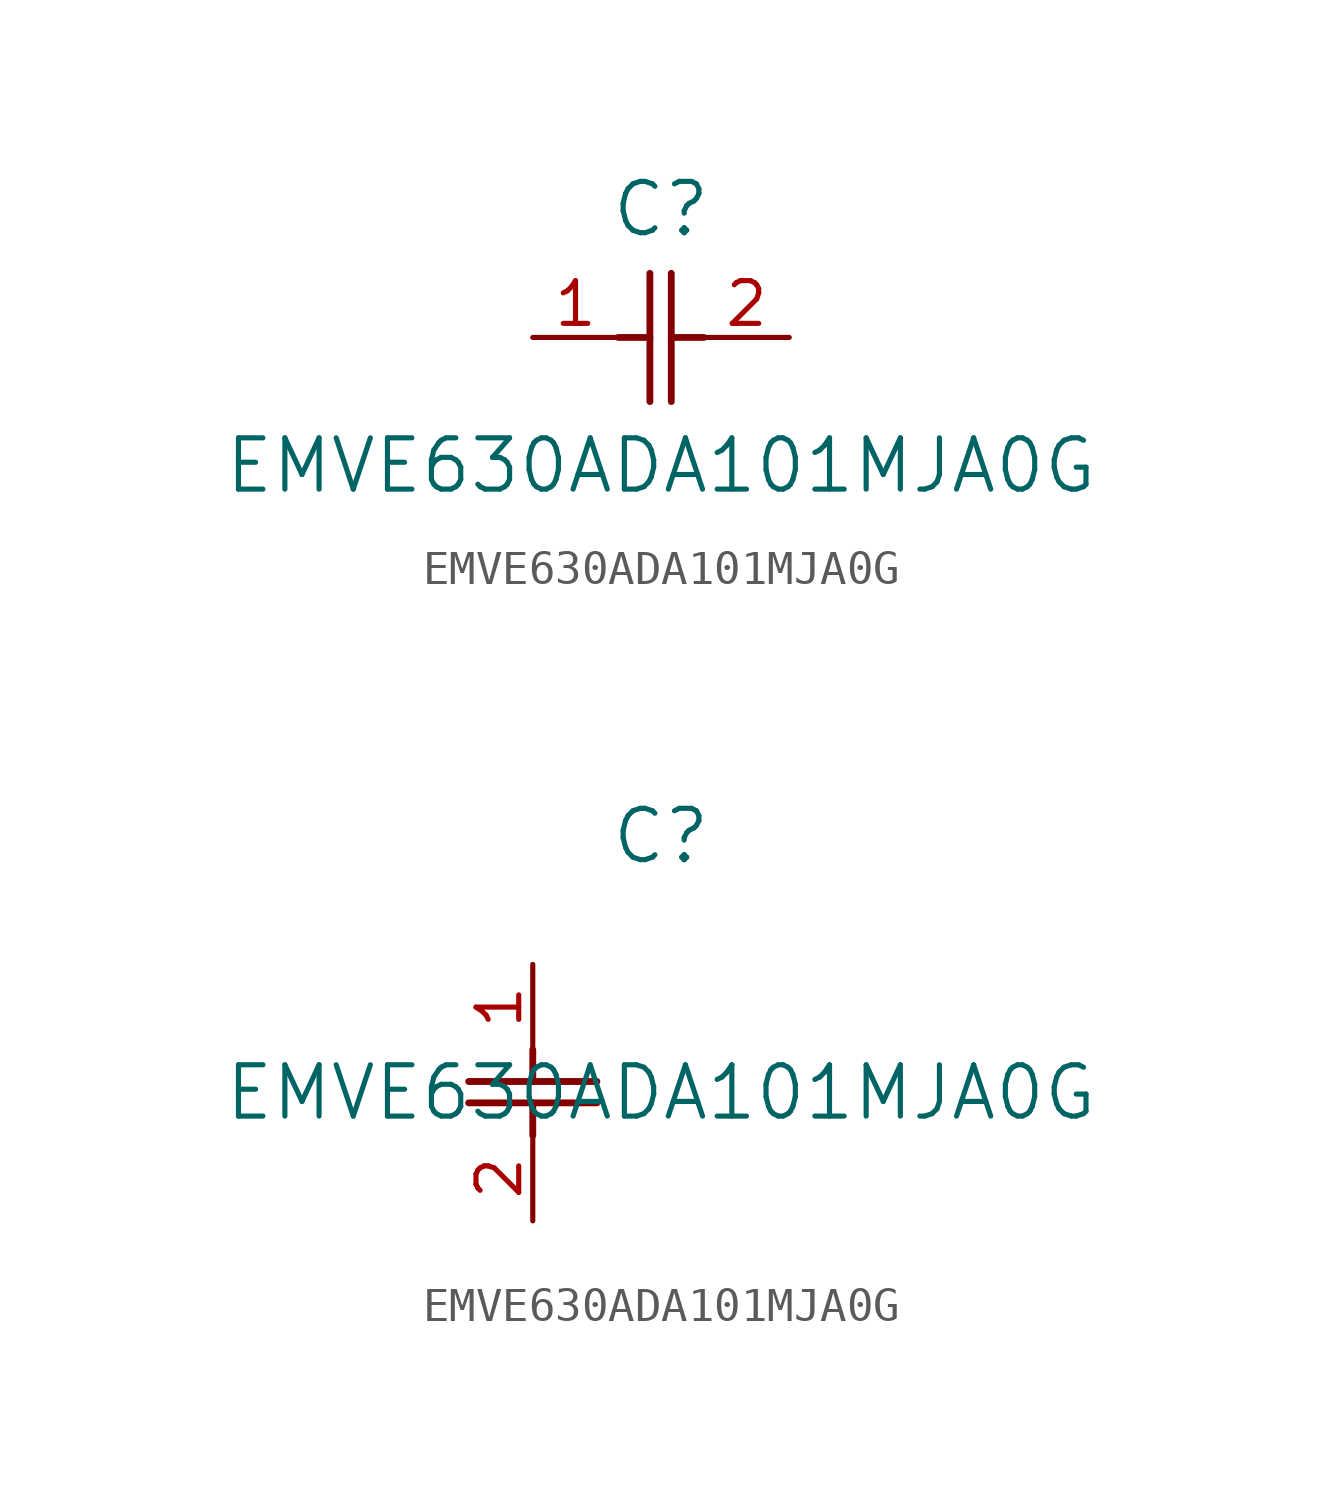
<source format=kicad_sym>
(kicad_symbol_lib
  (version 20211014)
  (generator kicad_symbol_editor)
  (symbol "EMVE630ADA101MJA0G"
    (pin_names
      (offset 0.254))
    (property "Reference" "C"
      (at 3.81 3.81 0)
      (effects (font (size 1.524 1.524))))
    (property "Value" "EMVE630ADA101MJA0G"
      (at 3.81 -3.81 0)
      (effects (font (size 1.524 1.524))))
    (symbol "EMVE630ADA101MJA0G_1_1"
      (polyline (pts (xy 3.48 -1.905) (xy 3.48 1.905)) (stroke (width 0.203) (type default) (color 0 0 0 0)) (fill (type none)))
      (polyline (pts (xy 4.115 -1.905) (xy 4.115 1.905)) (stroke (width 0.203) (type default) (color 0 0 0 0)) (fill (type none)))
      (polyline (pts (xy 4.115 0) (xy 5.08 0)) (stroke (width 0.203) (type default) (color 0 0 0 0)) (fill (type none)))
      (polyline (pts (xy 2.54 0) (xy 3.48 0)) (stroke (width 0.203) (type default) (color 0 0 0 0)) (fill (type none)))
      (pin unspecified line (at 0 0 0) (length 2.54) (name "" (effects (font (size 1.27 1.27)))) (number "1" (effects (font (size 1.27 1.27)))))
      (pin unspecified line (at 7.62 0 180) (length 2.54) (name "" (effects (font (size 1.27 1.27)))) (number "2" (effects (font (size 1.27 1.27))))))
    (symbol "EMVE630ADA101MJA0G_1_2"
      (polyline (pts (xy -1.905 -3.48) (xy 1.905 -3.48)) (stroke (width 0.203) (type default) (color 0 0 0 0)) (fill (type none)))
      (polyline (pts (xy -1.905 -4.115) (xy 1.905 -4.115)) (stroke (width 0.203) (type default) (color 0 0 0 0)) (fill (type none)))
      (polyline (pts (xy 0 -4.115) (xy 0 -5.08)) (stroke (width 0.203) (type default) (color 0 0 0 0)) (fill (type none)))
      (polyline (pts (xy 0 -2.54) (xy 0 -3.48)) (stroke (width 0.203) (type default) (color 0 0 0 0)) (fill (type none)))
      (pin unspecified line (at 0 0 270) (length 2.54) (name "" (effects (font (size 1.27 1.27)))) (number "1" (effects (font (size 1.27 1.27)))))
      (pin unspecified line (at 0 -7.62 90) (length 2.54) (name "" (effects (font (size 1.27 1.27)))) (number "2" (effects (font (size 1.27 1.27))))))))
</source>
